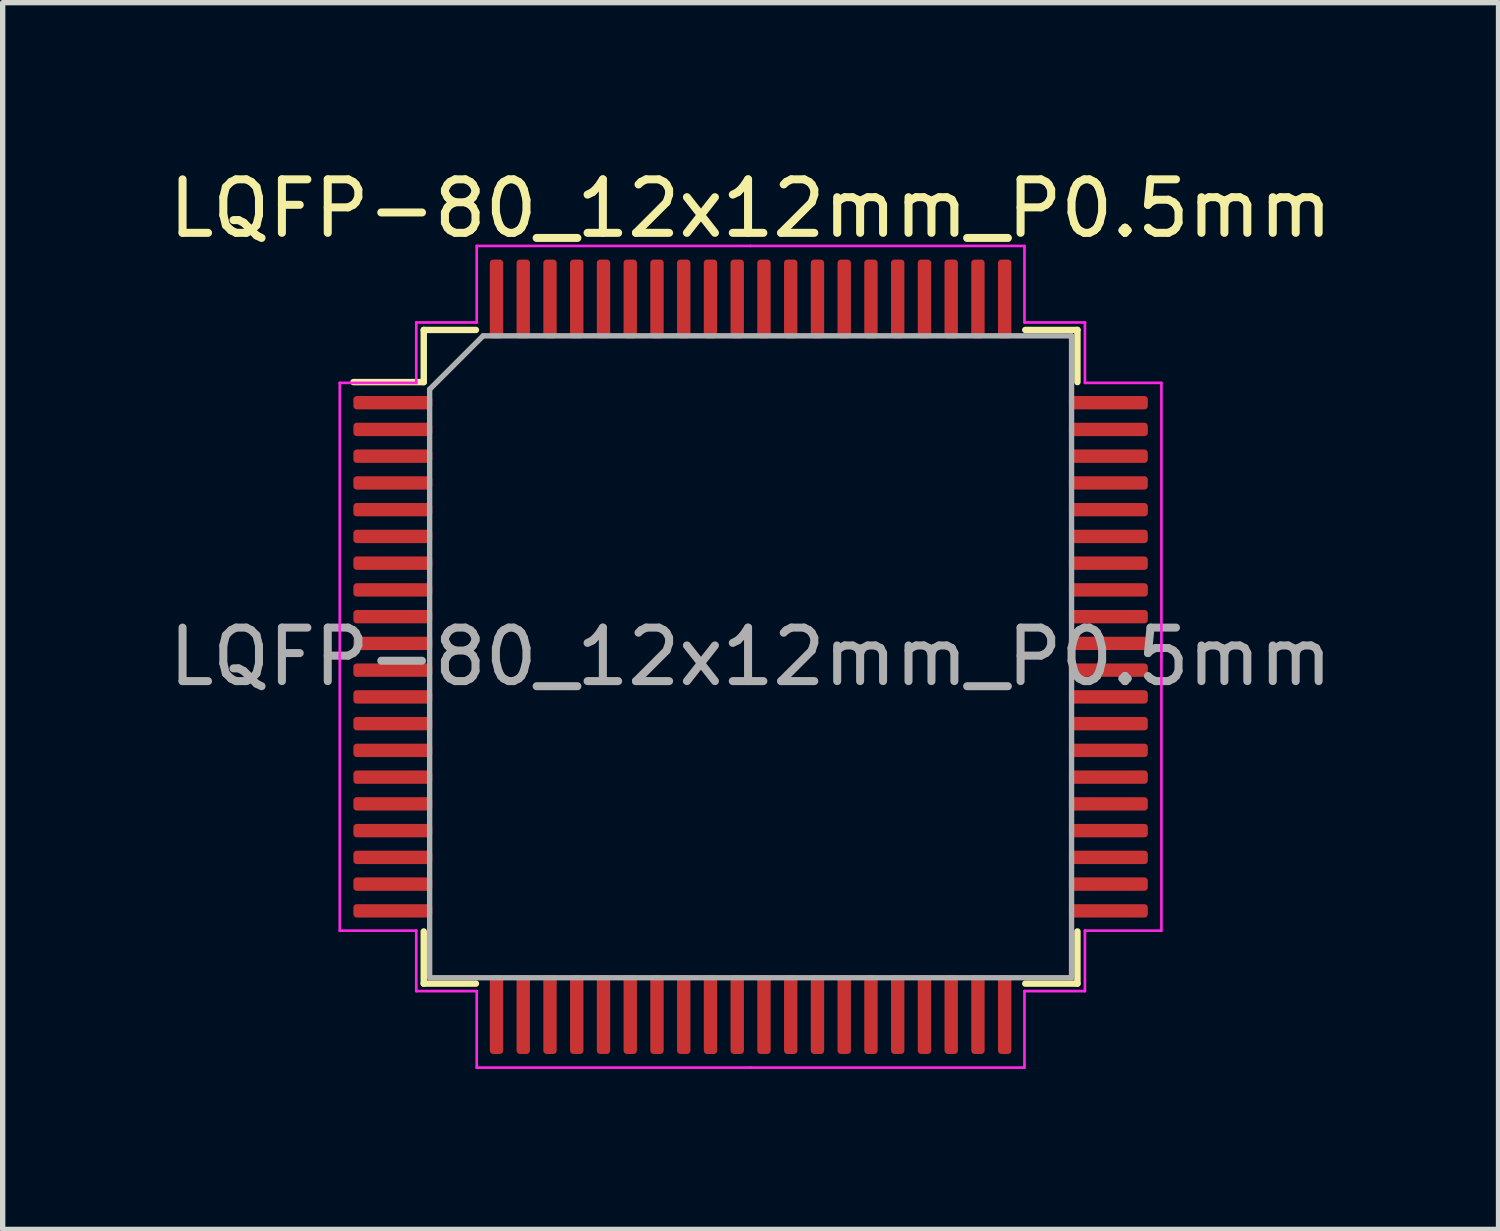
<source format=kicad_pcb>
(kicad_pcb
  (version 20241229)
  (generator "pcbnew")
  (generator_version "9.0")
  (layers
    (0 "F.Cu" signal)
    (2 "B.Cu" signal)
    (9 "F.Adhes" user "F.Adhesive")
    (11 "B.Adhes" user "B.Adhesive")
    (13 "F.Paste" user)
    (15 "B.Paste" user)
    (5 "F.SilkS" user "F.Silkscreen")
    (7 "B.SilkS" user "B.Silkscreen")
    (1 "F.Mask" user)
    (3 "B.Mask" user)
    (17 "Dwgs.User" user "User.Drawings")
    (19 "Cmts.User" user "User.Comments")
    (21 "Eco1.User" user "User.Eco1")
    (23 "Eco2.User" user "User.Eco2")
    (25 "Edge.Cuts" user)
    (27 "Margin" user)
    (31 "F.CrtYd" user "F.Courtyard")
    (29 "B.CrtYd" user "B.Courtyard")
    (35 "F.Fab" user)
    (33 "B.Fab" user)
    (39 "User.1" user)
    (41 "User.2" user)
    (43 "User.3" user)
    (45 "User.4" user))
  (footprint "LQFP-80_12x12mm_P0.5mm"
    (layer "F.Cu")
    (at 10.982 9.228)
    (property "Reference" "LQFP-80_12x12mm_P0.5mm" (at 0 -8.38 0) (layer "F.SilkS") (effects (font (size 1 1) (thickness 0.15))))
    (attr smd)
    (fp_line (start -6.11 -6.11) (end -6.11 -5.135) (stroke (width 0.12) (type solid)) (layer "F.SilkS"))
    (fp_line (start -6.11 -5.135) (end -7.425 -5.135) (stroke (width 0.12) (type solid)) (layer "F.SilkS"))
    (fp_line (start -6.11 6.11) (end -6.11 5.135) (stroke (width 0.12) (type solid)) (layer "F.SilkS"))
    (fp_line (start -5.135 -6.11) (end -6.11 -6.11) (stroke (width 0.12) (type solid)) (layer "F.SilkS"))
    (fp_line (start -5.135 6.11) (end -6.11 6.11) (stroke (width 0.12) (type solid)) (layer "F.SilkS"))
    (fp_line (start 5.135 -6.11) (end 6.11 -6.11) (stroke (width 0.12) (type solid)) (layer "F.SilkS"))
    (fp_line (start 5.135 6.11) (end 6.11 6.11) (stroke (width 0.12) (type solid)) (layer "F.SilkS"))
    (fp_line (start 6.11 -6.11) (end 6.11 -5.135) (stroke (width 0.12) (type solid)) (layer "F.SilkS"))
    (fp_line (start 6.11 6.11) (end 6.11 5.135) (stroke (width 0.12) (type solid)) (layer "F.SilkS"))
    (fp_line (start -7.68 -5.12) (end -7.68 0) (stroke (width 0.05) (type solid)) (layer "F.CrtYd"))
    (fp_line (start -7.68 5.12) (end -7.68 0) (stroke (width 0.05) (type solid)) (layer "F.CrtYd"))
    (fp_line (start -6.25 -6.25) (end -6.25 -5.12) (stroke (width 0.05) (type solid)) (layer "F.CrtYd"))
    (fp_line (start -6.25 -5.12) (end -7.68 -5.12) (stroke (width 0.05) (type solid)) (layer "F.CrtYd"))
    (fp_line (start -6.25 5.12) (end -7.68 5.12) (stroke (width 0.05) (type solid)) (layer "F.CrtYd"))
    (fp_line (start -6.25 6.25) (end -6.25 5.12) (stroke (width 0.05) (type solid)) (layer "F.CrtYd"))
    (fp_line (start -5.12 -7.68) (end -5.12 -6.25) (stroke (width 0.05) (type solid)) (layer "F.CrtYd"))
    (fp_line (start -5.12 -6.25) (end -6.25 -6.25) (stroke (width 0.05) (type solid)) (layer "F.CrtYd"))
    (fp_line (start -5.12 6.25) (end -6.25 6.25) (stroke (width 0.05) (type solid)) (layer "F.CrtYd"))
    (fp_line (start -5.12 7.68) (end -5.12 6.25) (stroke (width 0.05) (type solid)) (layer "F.CrtYd"))
    (fp_line (start 0 -7.68) (end -5.12 -7.68) (stroke (width 0.05) (type solid)) (layer "F.CrtYd"))
    (fp_line (start 0 -7.68) (end 5.12 -7.68) (stroke (width 0.05) (type solid)) (layer "F.CrtYd"))
    (fp_line (start 0 7.68) (end -5.12 7.68) (stroke (width 0.05) (type solid)) (layer "F.CrtYd"))
    (fp_line (start 0 7.68) (end 5.12 7.68) (stroke (width 0.05) (type solid)) (layer "F.CrtYd"))
    (fp_line (start 5.12 -7.68) (end 5.12 -6.25) (stroke (width 0.05) (type solid)) (layer "F.CrtYd"))
    (fp_line (start 5.12 -6.25) (end 6.25 -6.25) (stroke (width 0.05) (type solid)) (layer "F.CrtYd"))
    (fp_line (start 5.12 6.25) (end 6.25 6.25) (stroke (width 0.05) (type solid)) (layer "F.CrtYd"))
    (fp_line (start 5.12 7.68) (end 5.12 6.25) (stroke (width 0.05) (type solid)) (layer "F.CrtYd"))
    (fp_line (start 6.25 -6.25) (end 6.25 -5.12) (stroke (width 0.05) (type solid)) (layer "F.CrtYd"))
    (fp_line (start 6.25 -5.12) (end 7.68 -5.12) (stroke (width 0.05) (type solid)) (layer "F.CrtYd"))
    (fp_line (start 6.25 5.12) (end 7.68 5.12) (stroke (width 0.05) (type solid)) (layer "F.CrtYd"))
    (fp_line (start 6.25 6.25) (end 6.25 5.12) (stroke (width 0.05) (type solid)) (layer "F.CrtYd"))
    (fp_line (start 7.68 -5.12) (end 7.68 0) (stroke (width 0.05) (type solid)) (layer "F.CrtYd"))
    (fp_line (start 7.68 5.12) (end 7.68 0) (stroke (width 0.05) (type solid)) (layer "F.CrtYd"))
    (fp_line (start -6 -5) (end -5 -6) (stroke (width 0.1) (type solid)) (layer "F.Fab"))
    (fp_line (start -6 6) (end -6 -5) (stroke (width 0.1) (type solid)) (layer "F.Fab"))
    (fp_line (start -5 -6) (end 6 -6) (stroke (width 0.1) (type solid)) (layer "F.Fab"))
    (fp_line (start 6 -6) (end 6 6) (stroke (width 0.1) (type solid)) (layer "F.Fab"))
    (fp_line (start 6 6) (end -6 6) (stroke (width 0.1) (type solid)) (layer "F.Fab"))
    (fp_text user "${REFERENCE}" (at 0 0 0) (layer "F.Fab") (effects (font (size 1 1) (thickness 0.15))))
    (pad "1" smd roundrect (at -6.688 -4.75) (size 1.475 0.25) (layers "F.Cu" "F.Mask" "F.Paste") (roundrect_rratio 0.25))
    (pad "2" smd roundrect (at -6.688 -4.25) (size 1.475 0.25) (layers "F.Cu" "F.Mask" "F.Paste") (roundrect_rratio 0.25))
    (pad "3" smd roundrect (at -6.688 -3.75) (size 1.475 0.25) (layers "F.Cu" "F.Mask" "F.Paste") (roundrect_rratio 0.25))
    (pad "4" smd roundrect (at -6.688 -3.25) (size 1.475 0.25) (layers "F.Cu" "F.Mask" "F.Paste") (roundrect_rratio 0.25))
    (pad "5" smd roundrect (at -6.688 -2.75) (size 1.475 0.25) (layers "F.Cu" "F.Mask" "F.Paste") (roundrect_rratio 0.25))
    (pad "6" smd roundrect (at -6.688 -2.25) (size 1.475 0.25) (layers "F.Cu" "F.Mask" "F.Paste") (roundrect_rratio 0.25))
    (pad "7" smd roundrect (at -6.688 -1.75) (size 1.475 0.25) (layers "F.Cu" "F.Mask" "F.Paste") (roundrect_rratio 0.25))
    (pad "8" smd roundrect (at -6.688 -1.25) (size 1.475 0.25) (layers "F.Cu" "F.Mask" "F.Paste") (roundrect_rratio 0.25))
    (pad "9" smd roundrect (at -6.688 -0.75) (size 1.475 0.25) (layers "F.Cu" "F.Mask" "F.Paste") (roundrect_rratio 0.25))
    (pad "10" smd roundrect (at -6.688 -0.25) (size 1.475 0.25) (layers "F.Cu" "F.Mask" "F.Paste") (roundrect_rratio 0.25))
    (pad "11" smd roundrect (at -6.688 0.25) (size 1.475 0.25) (layers "F.Cu" "F.Mask" "F.Paste") (roundrect_rratio 0.25))
    (pad "12" smd roundrect (at -6.688 0.75) (size 1.475 0.25) (layers "F.Cu" "F.Mask" "F.Paste") (roundrect_rratio 0.25))
    (pad "13" smd roundrect (at -6.688 1.25) (size 1.475 0.25) (layers "F.Cu" "F.Mask" "F.Paste") (roundrect_rratio 0.25))
    (pad "14" smd roundrect (at -6.688 1.75) (size 1.475 0.25) (layers "F.Cu" "F.Mask" "F.Paste") (roundrect_rratio 0.25))
    (pad "15" smd roundrect (at -6.688 2.25) (size 1.475 0.25) (layers "F.Cu" "F.Mask" "F.Paste") (roundrect_rratio 0.25))
    (pad "16" smd roundrect (at -6.688 2.75) (size 1.475 0.25) (layers "F.Cu" "F.Mask" "F.Paste") (roundrect_rratio 0.25))
    (pad "17" smd roundrect (at -6.688 3.25) (size 1.475 0.25) (layers "F.Cu" "F.Mask" "F.Paste") (roundrect_rratio 0.25))
    (pad "18" smd roundrect (at -6.688 3.75) (size 1.475 0.25) (layers "F.Cu" "F.Mask" "F.Paste") (roundrect_rratio 0.25))
    (pad "19" smd roundrect (at -6.688 4.25) (size 1.475 0.25) (layers "F.Cu" "F.Mask" "F.Paste") (roundrect_rratio 0.25))
    (pad "20" smd roundrect (at -6.688 4.75) (size 1.475 0.25) (layers "F.Cu" "F.Mask" "F.Paste") (roundrect_rratio 0.25))
    (pad "21" smd roundrect (at -4.75 6.688) (size 0.25 1.475) (layers "F.Cu" "F.Mask" "F.Paste") (roundrect_rratio 0.25))
    (pad "22" smd roundrect (at -4.25 6.688) (size 0.25 1.475) (layers "F.Cu" "F.Mask" "F.Paste") (roundrect_rratio 0.25))
    (pad "23" smd roundrect (at -3.75 6.688) (size 0.25 1.475) (layers "F.Cu" "F.Mask" "F.Paste") (roundrect_rratio 0.25))
    (pad "24" smd roundrect (at -3.25 6.688) (size 0.25 1.475) (layers "F.Cu" "F.Mask" "F.Paste") (roundrect_rratio 0.25))
    (pad "25" smd roundrect (at -2.75 6.688) (size 0.25 1.475) (layers "F.Cu" "F.Mask" "F.Paste") (roundrect_rratio 0.25))
    (pad "26" smd roundrect (at -2.25 6.688) (size 0.25 1.475) (layers "F.Cu" "F.Mask" "F.Paste") (roundrect_rratio 0.25))
    (pad "27" smd roundrect (at -1.75 6.688) (size 0.25 1.475) (layers "F.Cu" "F.Mask" "F.Paste") (roundrect_rratio 0.25))
    (pad "28" smd roundrect (at -1.25 6.688) (size 0.25 1.475) (layers "F.Cu" "F.Mask" "F.Paste") (roundrect_rratio 0.25))
    (pad "29" smd roundrect (at -0.75 6.688) (size 0.25 1.475) (layers "F.Cu" "F.Mask" "F.Paste") (roundrect_rratio 0.25))
    (pad "30" smd roundrect (at -0.25 6.688) (size 0.25 1.475) (layers "F.Cu" "F.Mask" "F.Paste") (roundrect_rratio 0.25))
    (pad "31" smd roundrect (at 0.25 6.688) (size 0.25 1.475) (layers "F.Cu" "F.Mask" "F.Paste") (roundrect_rratio 0.25))
    (pad "32" smd roundrect (at 0.75 6.688) (size 0.25 1.475) (layers "F.Cu" "F.Mask" "F.Paste") (roundrect_rratio 0.25))
    (pad "33" smd roundrect (at 1.25 6.688) (size 0.25 1.475) (layers "F.Cu" "F.Mask" "F.Paste") (roundrect_rratio 0.25))
    (pad "34" smd roundrect (at 1.75 6.688) (size 0.25 1.475) (layers "F.Cu" "F.Mask" "F.Paste") (roundrect_rratio 0.25))
    (pad "35" smd roundrect (at 2.25 6.688) (size 0.25 1.475) (layers "F.Cu" "F.Mask" "F.Paste") (roundrect_rratio 0.25))
    (pad "36" smd roundrect (at 2.75 6.688) (size 0.25 1.475) (layers "F.Cu" "F.Mask" "F.Paste") (roundrect_rratio 0.25))
    (pad "37" smd roundrect (at 3.25 6.688) (size 0.25 1.475) (layers "F.Cu" "F.Mask" "F.Paste") (roundrect_rratio 0.25))
    (pad "38" smd roundrect (at 3.75 6.688) (size 0.25 1.475) (layers "F.Cu" "F.Mask" "F.Paste") (roundrect_rratio 0.25))
    (pad "39" smd roundrect (at 4.25 6.688) (size 0.25 1.475) (layers "F.Cu" "F.Mask" "F.Paste") (roundrect_rratio 0.25))
    (pad "40" smd roundrect (at 4.75 6.688) (size 0.25 1.475) (layers "F.Cu" "F.Mask" "F.Paste") (roundrect_rratio 0.25))
    (pad "41" smd roundrect (at 6.688 4.75) (size 1.475 0.25) (layers "F.Cu" "F.Mask" "F.Paste") (roundrect_rratio 0.25))
    (pad "42" smd roundrect (at 6.688 4.25) (size 1.475 0.25) (layers "F.Cu" "F.Mask" "F.Paste") (roundrect_rratio 0.25))
    (pad "43" smd roundrect (at 6.688 3.75) (size 1.475 0.25) (layers "F.Cu" "F.Mask" "F.Paste") (roundrect_rratio 0.25))
    (pad "44" smd roundrect (at 6.688 3.25) (size 1.475 0.25) (layers "F.Cu" "F.Mask" "F.Paste") (roundrect_rratio 0.25))
    (pad "45" smd roundrect (at 6.688 2.75) (size 1.475 0.25) (layers "F.Cu" "F.Mask" "F.Paste") (roundrect_rratio 0.25))
    (pad "46" smd roundrect (at 6.688 2.25) (size 1.475 0.25) (layers "F.Cu" "F.Mask" "F.Paste") (roundrect_rratio 0.25))
    (pad "47" smd roundrect (at 6.688 1.75) (size 1.475 0.25) (layers "F.Cu" "F.Mask" "F.Paste") (roundrect_rratio 0.25))
    (pad "48" smd roundrect (at 6.688 1.25) (size 1.475 0.25) (layers "F.Cu" "F.Mask" "F.Paste") (roundrect_rratio 0.25))
    (pad "49" smd roundrect (at 6.688 0.75) (size 1.475 0.25) (layers "F.Cu" "F.Mask" "F.Paste") (roundrect_rratio 0.25))
    (pad "50" smd roundrect (at 6.688 0.25) (size 1.475 0.25) (layers "F.Cu" "F.Mask" "F.Paste") (roundrect_rratio 0.25))
    (pad "51" smd roundrect (at 6.688 -0.25) (size 1.475 0.25) (layers "F.Cu" "F.Mask" "F.Paste") (roundrect_rratio 0.25))
    (pad "52" smd roundrect (at 6.688 -0.75) (size 1.475 0.25) (layers "F.Cu" "F.Mask" "F.Paste") (roundrect_rratio 0.25))
    (pad "53" smd roundrect (at 6.688 -1.25) (size 1.475 0.25) (layers "F.Cu" "F.Mask" "F.Paste") (roundrect_rratio 0.25))
    (pad "54" smd roundrect (at 6.688 -1.75) (size 1.475 0.25) (layers "F.Cu" "F.Mask" "F.Paste") (roundrect_rratio 0.25))
    (pad "55" smd roundrect (at 6.688 -2.25) (size 1.475 0.25) (layers "F.Cu" "F.Mask" "F.Paste") (roundrect_rratio 0.25))
    (pad "56" smd roundrect (at 6.688 -2.75) (size 1.475 0.25) (layers "F.Cu" "F.Mask" "F.Paste") (roundrect_rratio 0.25))
    (pad "57" smd roundrect (at 6.688 -3.25) (size 1.475 0.25) (layers "F.Cu" "F.Mask" "F.Paste") (roundrect_rratio 0.25))
    (pad "58" smd roundrect (at 6.688 -3.75) (size 1.475 0.25) (layers "F.Cu" "F.Mask" "F.Paste") (roundrect_rratio 0.25))
    (pad "59" smd roundrect (at 6.688 -4.25) (size 1.475 0.25) (layers "F.Cu" "F.Mask" "F.Paste") (roundrect_rratio 0.25))
    (pad "60" smd roundrect (at 6.688 -4.75) (size 1.475 0.25) (layers "F.Cu" "F.Mask" "F.Paste") (roundrect_rratio 0.25))
    (pad "61" smd roundrect (at 4.75 -6.688) (size 0.25 1.475) (layers "F.Cu" "F.Mask" "F.Paste") (roundrect_rratio 0.25))
    (pad "62" smd roundrect (at 4.25 -6.688) (size 0.25 1.475) (layers "F.Cu" "F.Mask" "F.Paste") (roundrect_rratio 0.25))
    (pad "63" smd roundrect (at 3.75 -6.688) (size 0.25 1.475) (layers "F.Cu" "F.Mask" "F.Paste") (roundrect_rratio 0.25))
    (pad "64" smd roundrect (at 3.25 -6.688) (size 0.25 1.475) (layers "F.Cu" "F.Mask" "F.Paste") (roundrect_rratio 0.25))
    (pad "65" smd roundrect (at 2.75 -6.688) (size 0.25 1.475) (layers "F.Cu" "F.Mask" "F.Paste") (roundrect_rratio 0.25))
    (pad "66" smd roundrect (at 2.25 -6.688) (size 0.25 1.475) (layers "F.Cu" "F.Mask" "F.Paste") (roundrect_rratio 0.25))
    (pad "67" smd roundrect (at 1.75 -6.688) (size 0.25 1.475) (layers "F.Cu" "F.Mask" "F.Paste") (roundrect_rratio 0.25))
    (pad "68" smd roundrect (at 1.25 -6.688) (size 0.25 1.475) (layers "F.Cu" "F.Mask" "F.Paste") (roundrect_rratio 0.25))
    (pad "69" smd roundrect (at 0.75 -6.688) (size 0.25 1.475) (layers "F.Cu" "F.Mask" "F.Paste") (roundrect_rratio 0.25))
    (pad "70" smd roundrect (at 0.25 -6.688) (size 0.25 1.475) (layers "F.Cu" "F.Mask" "F.Paste") (roundrect_rratio 0.25))
    (pad "71" smd roundrect (at -0.25 -6.688) (size 0.25 1.475) (layers "F.Cu" "F.Mask" "F.Paste") (roundrect_rratio 0.25))
    (pad "72" smd roundrect (at -0.75 -6.688) (size 0.25 1.475) (layers "F.Cu" "F.Mask" "F.Paste") (roundrect_rratio 0.25))
    (pad "73" smd roundrect (at -1.25 -6.688) (size 0.25 1.475) (layers "F.Cu" "F.Mask" "F.Paste") (roundrect_rratio 0.25))
    (pad "74" smd roundrect (at -1.75 -6.688) (size 0.25 1.475) (layers "F.Cu" "F.Mask" "F.Paste") (roundrect_rratio 0.25))
    (pad "75" smd roundrect (at -2.25 -6.688) (size 0.25 1.475) (layers "F.Cu" "F.Mask" "F.Paste") (roundrect_rratio 0.25))
    (pad "76" smd roundrect (at -2.75 -6.688) (size 0.25 1.475) (layers "F.Cu" "F.Mask" "F.Paste") (roundrect_rratio 0.25))
    (pad "77" smd roundrect (at -3.25 -6.688) (size 0.25 1.475) (layers "F.Cu" "F.Mask" "F.Paste") (roundrect_rratio 0.25))
    (pad "78" smd roundrect (at -3.75 -6.688) (size 0.25 1.475) (layers "F.Cu" "F.Mask" "F.Paste") (roundrect_rratio 0.25))
    (pad "79" smd roundrect (at -4.25 -6.688) (size 0.25 1.475) (layers "F.Cu" "F.Mask" "F.Paste") (roundrect_rratio 0.25))
    (pad "80" smd roundrect (at -4.75 -6.688) (size 0.25 1.475) (layers "F.Cu" "F.Mask" "F.Paste") (roundrect_rratio 0.25)))
  (gr_rect
    (start -3 -3)
    (end 24.964 19.933)
    (stroke (width 0.1) (type default))
    (fill no)
    (layer "Edge.Cuts")))
</source>
